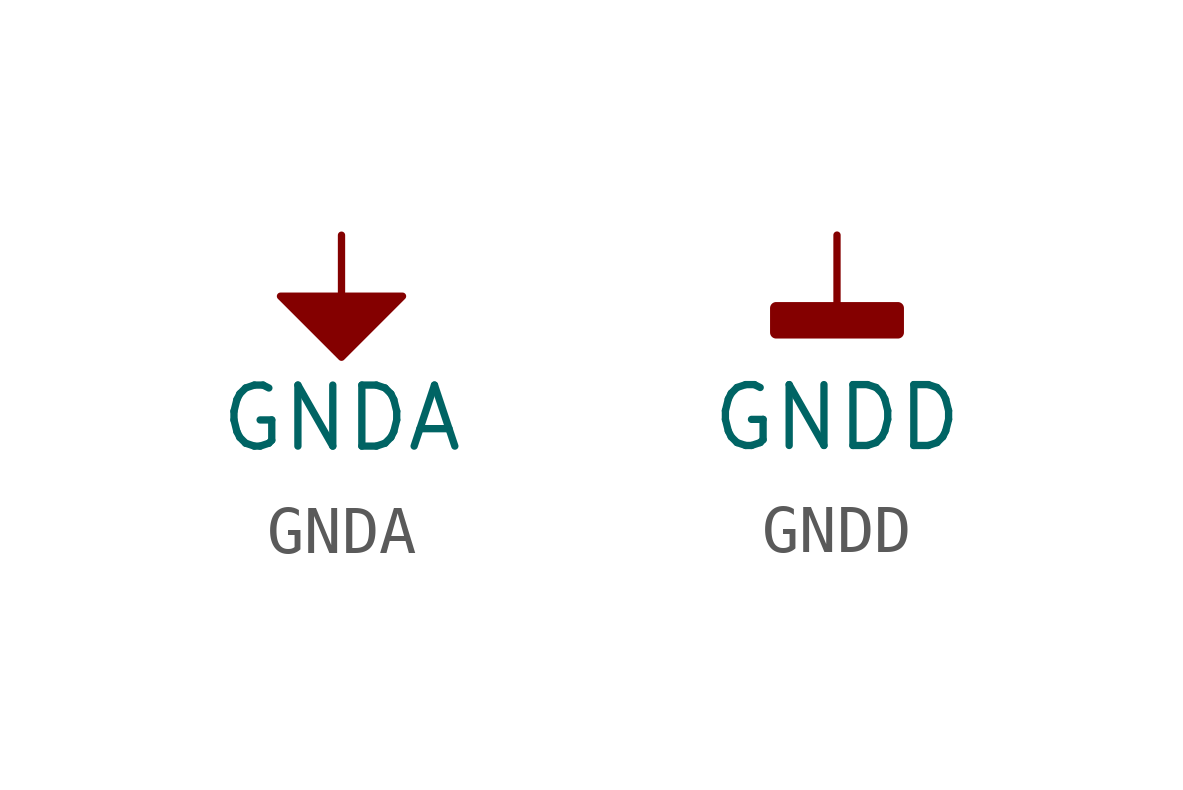
<source format=kicad_sym>
(kicad_symbol_lib
  (version 20220914)
  (generator kicad_symbol_editor)
  (symbol "GNDA"
    (power)
    (pin_names
      (offset 0))
    (property "Reference" "#PWR"
      (at 0 -6.35 0)
      (effects (font (size 1.27 1.27)) hide))
    (property "Value" "GNDA"
      (at 0 -3.81 0)
      (do_not_autoplace)
      (effects (font (size 1.27 1.27))))
    (symbol "GNDA_1_1"
      (polyline (pts (xy 0 0) (xy 0 -1.27) (xy 1.27 -1.27) (xy 0 -2.54) (xy -1.27 -1.27) (xy 0 -1.27)) (stroke (width 0) (type default)) (fill (type color) (color 132 0 0 1)))
      (pin power_in line (at 0 0 270) (length 0) hide (name "GNDA" (effects (font (size 1.27 1.27)))) (number "1" (effects (font (size 1.27 1.27)))))))
  (symbol "GNDD"
    (power)
    (pin_names
      (offset 0))
    (property "Reference" "#PWR"
      (at 0 -6.35 0)
      (effects (font (size 1.27 1.27)) hide))
    (property "Value" "GNDD"
      (at 0 -3.81 0)
      (do_not_autoplace)
      (effects (font (size 1.27 1.27))))
    (symbol "GNDD_0_1"
      (rectangle (start -1.27 -1.524) (end 1.27 -2.032) (stroke (width 0.254) (type default)) (fill (type outline)))
      (polyline (pts (xy 0 0) (xy 0 -1.524)) (stroke (width 0) (type default)) (fill (type none))))
    (symbol "GNDD_1_1"
      (pin power_in line (at 0 0 270) (length 0) hide (name "GNDD" (effects (font (size 1.27 1.27)))) (number "1" (effects (font (size 1.27 1.27))))))))
</source>
